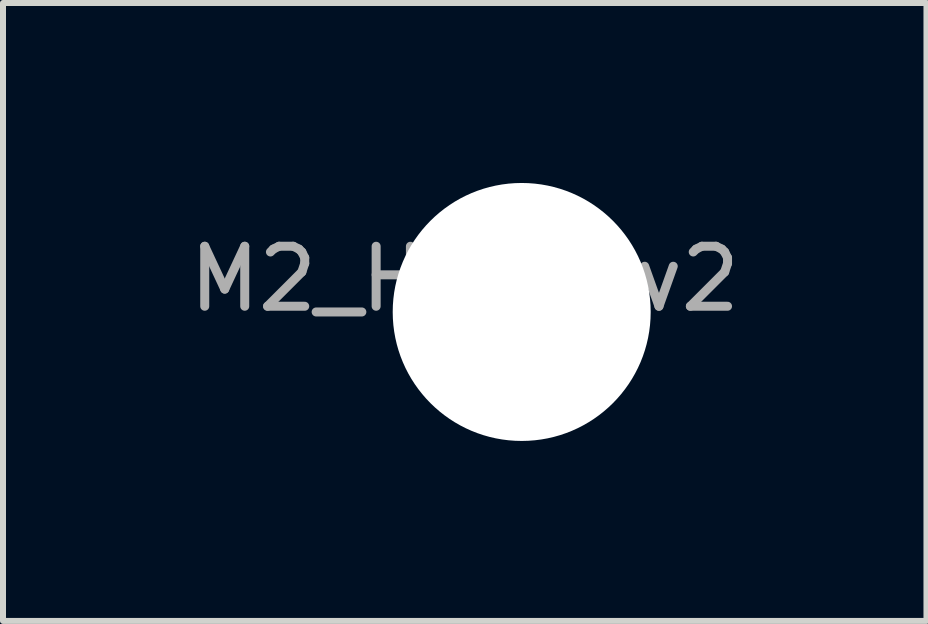
<source format=kicad_pcb>
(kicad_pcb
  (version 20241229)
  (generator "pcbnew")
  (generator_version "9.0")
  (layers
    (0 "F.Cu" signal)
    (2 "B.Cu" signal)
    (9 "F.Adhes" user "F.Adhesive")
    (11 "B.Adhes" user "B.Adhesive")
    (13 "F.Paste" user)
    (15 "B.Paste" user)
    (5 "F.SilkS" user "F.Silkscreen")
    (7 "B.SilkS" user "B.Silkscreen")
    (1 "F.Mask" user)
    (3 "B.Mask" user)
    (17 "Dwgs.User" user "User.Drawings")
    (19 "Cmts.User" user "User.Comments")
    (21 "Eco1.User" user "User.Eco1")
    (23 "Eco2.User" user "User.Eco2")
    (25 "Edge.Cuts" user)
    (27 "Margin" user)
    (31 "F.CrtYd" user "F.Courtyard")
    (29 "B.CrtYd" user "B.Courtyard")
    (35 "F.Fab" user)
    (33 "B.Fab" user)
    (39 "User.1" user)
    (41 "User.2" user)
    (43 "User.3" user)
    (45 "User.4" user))
  (footprint "M2_HOLE_v2"
    (layer "F.Cu")
    (at 5.646 2.15)
    (property "Reference" "M2_HOLE_v2" (at -0.95 -0.55 0) (layer "F.Fab") (effects (font (size 1 1) (thickness 0.15))))
    (attr exclude_from_pos_files exclude_from_bom)
    (pad "" np_thru_hole circle (at 0 0) (size 4.3 4.3) (drill 4.3) (layers "*.Cu" "*.Mask")))
  (gr_rect
    (start -3 -3)
    (end 12.393 7.3)
    (stroke (width 0.1) (type default))
    (fill no)
    (layer "Edge.Cuts")))
</source>
